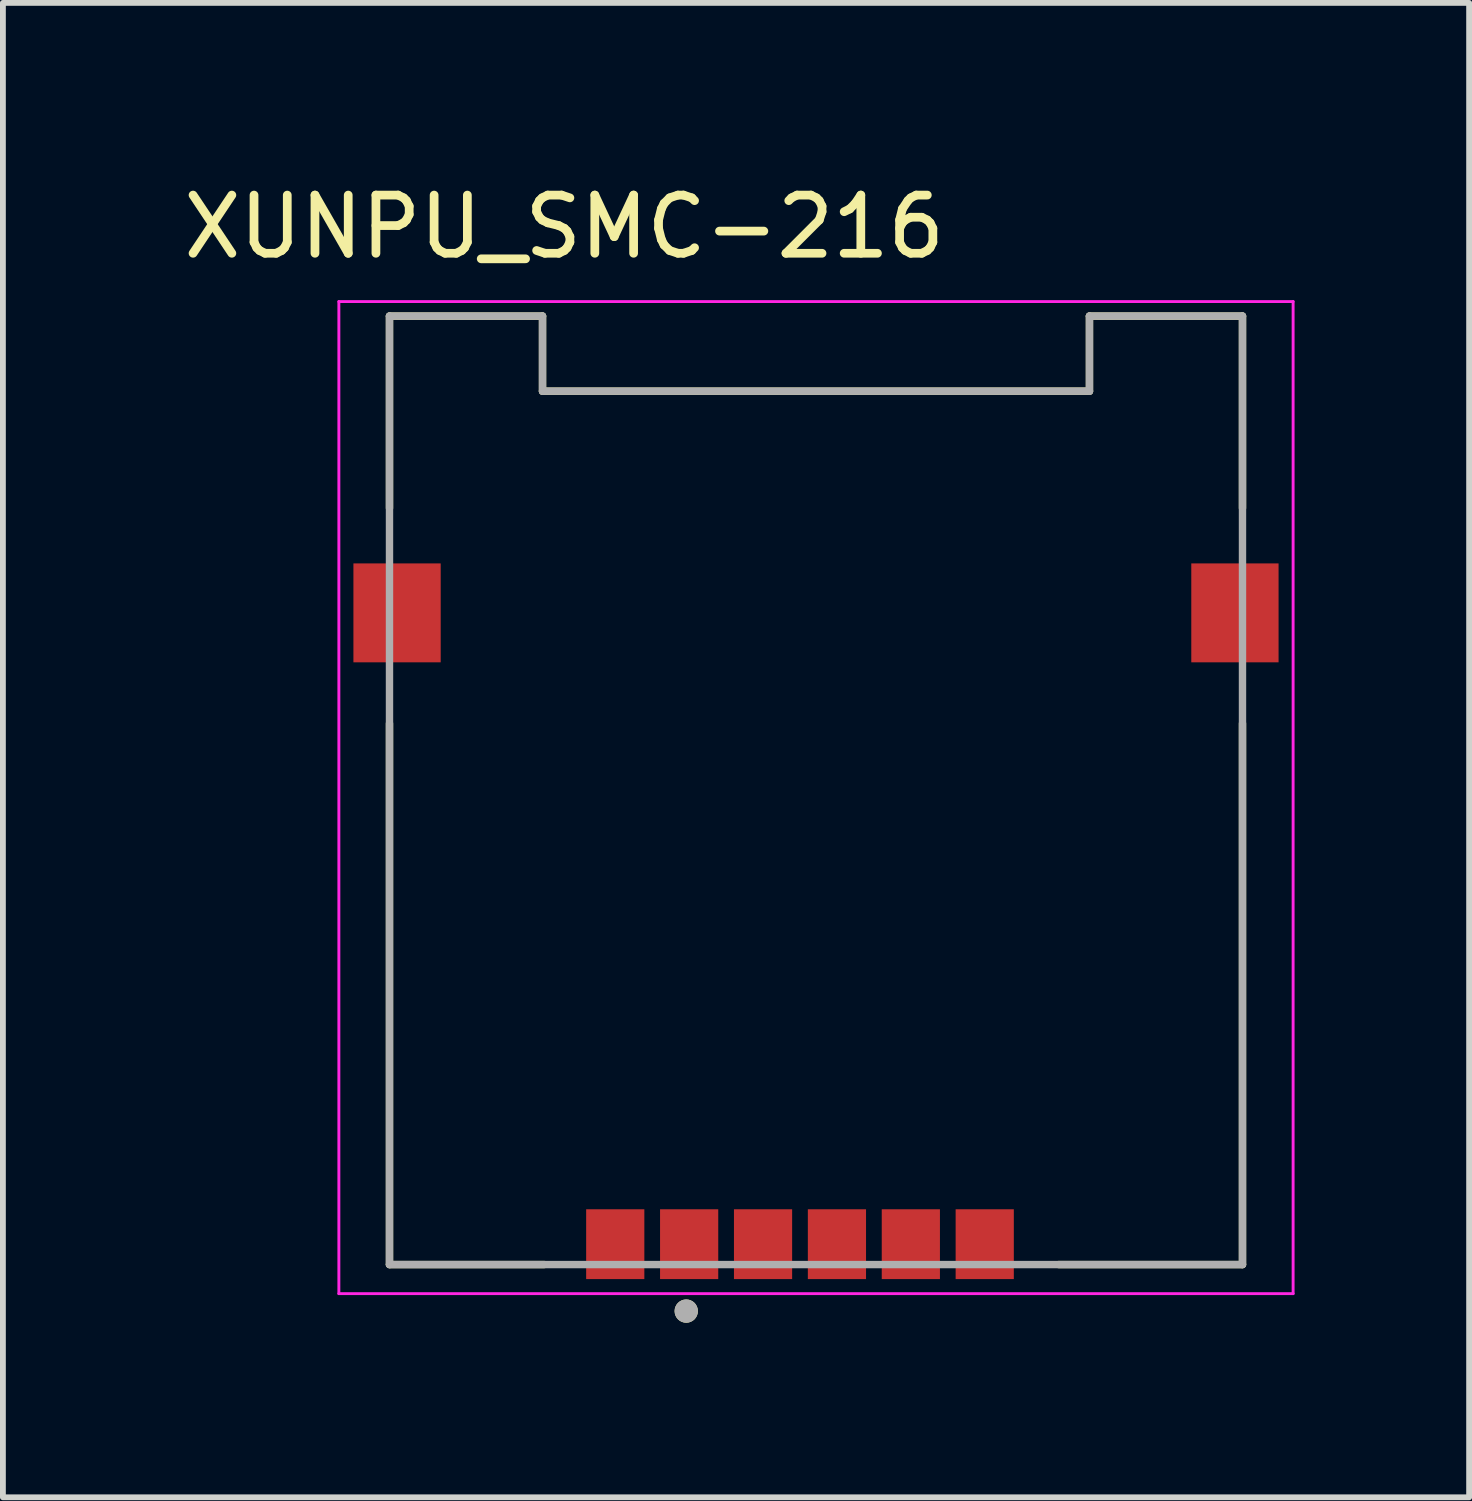
<source format=kicad_pcb>
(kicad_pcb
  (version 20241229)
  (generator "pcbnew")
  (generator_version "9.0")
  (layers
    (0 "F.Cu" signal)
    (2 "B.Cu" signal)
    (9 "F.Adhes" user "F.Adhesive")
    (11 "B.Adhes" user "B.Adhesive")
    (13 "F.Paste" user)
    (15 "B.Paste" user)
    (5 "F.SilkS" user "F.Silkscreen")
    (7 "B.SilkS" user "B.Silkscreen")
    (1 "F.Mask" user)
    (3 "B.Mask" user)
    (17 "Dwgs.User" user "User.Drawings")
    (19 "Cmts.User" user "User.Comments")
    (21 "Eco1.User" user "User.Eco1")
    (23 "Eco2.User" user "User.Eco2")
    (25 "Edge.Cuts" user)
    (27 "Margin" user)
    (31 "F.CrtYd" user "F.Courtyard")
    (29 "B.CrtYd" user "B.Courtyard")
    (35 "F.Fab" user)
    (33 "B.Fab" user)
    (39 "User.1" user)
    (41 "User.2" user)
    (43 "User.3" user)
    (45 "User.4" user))
  (footprint "XUNPU_SMC-216"
    (layer "F.Cu")
    (at 10.974 7.483)
    (property "Reference" "XUNPU_SMC-216" (at -4.325 -6.635 0) (layer "F.SilkS") (effects (font (size 1 1) (thickness 0.15))))
    (attr through_hole)
    (fp_line (start -7.33 -5.1) (end -7.33 -1.8) (stroke (width 0.127) (type solid)) (layer "F.SilkS"))
    (fp_line (start -7.33 1.9) (end -7.33 11.2) (stroke (width 0.127) (type solid)) (layer "F.SilkS"))
    (fp_line (start -7.33 11.2) (end -4.67 11.2) (stroke (width 0.127) (type solid)) (layer "F.SilkS"))
    (fp_line (start -4.7 -5.1) (end -7.33 -5.1) (stroke (width 0.127) (type solid)) (layer "F.SilkS"))
    (fp_line (start -4.7 -3.81) (end -4.7 -5.1) (stroke (width 0.127) (type solid)) (layer "F.SilkS"))
    (fp_line (start 4.17 11.2) (end 7.33 11.2) (stroke (width 0.127) (type solid)) (layer "F.SilkS"))
    (fp_line (start 4.7 -5.1) (end 4.7 -3.81) (stroke (width 0.127) (type solid)) (layer "F.SilkS"))
    (fp_line (start 4.7 -3.81) (end -4.7 -3.81) (stroke (width 0.127) (type solid)) (layer "F.SilkS"))
    (fp_line (start 7.33 -5.1) (end 4.7 -5.1) (stroke (width 0.127) (type solid)) (layer "F.SilkS"))
    (fp_line (start 7.33 -5.1) (end 7.33 -1.8) (stroke (width 0.127) (type solid)) (layer "F.SilkS"))
    (fp_line (start 7.33 1.9) (end 7.33 11.2) (stroke (width 0.127) (type solid)) (layer "F.SilkS"))
    (fp_circle (center -2.23 12) (end -2.13 12) (stroke (width 0.2) (type solid)) (fill no) (layer "F.SilkS"))
    (fp_line (start -8.2 -5.35) (end -8.2 11.7) (stroke (width 0.05) (type solid)) (layer "F.CrtYd"))
    (fp_line (start -8.2 11.7) (end 8.2 11.7) (stroke (width 0.05) (type solid)) (layer "F.CrtYd"))
    (fp_line (start 8.2 -5.35) (end -8.2 -5.35) (stroke (width 0.05) (type solid)) (layer "F.CrtYd"))
    (fp_line (start 8.2 11.7) (end 8.2 -5.35) (stroke (width 0.05) (type solid)) (layer "F.CrtYd"))
    (fp_line (start -7.33 -5.1) (end -7.33 11.2) (stroke (width 0.127) (type solid)) (layer "F.Fab"))
    (fp_line (start -7.33 11.2) (end 7.33 11.2) (stroke (width 0.127) (type solid)) (layer "F.Fab"))
    (fp_line (start -4.7 -5.1) (end -7.33 -5.1) (stroke (width 0.127) (type solid)) (layer "F.Fab"))
    (fp_line (start -4.7 -3.81) (end -4.7 -5.1) (stroke (width 0.127) (type solid)) (layer "F.Fab"))
    (fp_line (start 4.7 -5.1) (end 4.7 -3.81) (stroke (width 0.127) (type solid)) (layer "F.Fab"))
    (fp_line (start 4.7 -3.81) (end -4.7 -3.81) (stroke (width 0.127) (type solid)) (layer "F.Fab"))
    (fp_line (start 7.33 -5.1) (end 4.7 -5.1) (stroke (width 0.127) (type solid)) (layer "F.Fab"))
    (fp_line (start 7.33 11.2) (end 7.33 -5.1) (stroke (width 0.127) (type solid)) (layer "F.Fab"))
    (fp_circle (center -2.23 12) (end -2.13 12) (stroke (width 0.2) (type solid)) (fill no) (layer "F.Fab"))
    (pad "C1" smd rect (at -2.18 10.85 90) (size 1.2 1) (layers "F.Cu" "F.Mask" "F.Paste"))
    (pad "C2" smd rect (at -3.45 10.85 90) (size 1.2 1) (layers "F.Cu" "F.Mask" "F.Paste"))
    (pad "C3" smd rect (at 0.36 10.85 90) (size 1.2 1) (layers "F.Cu" "F.Mask" "F.Paste"))
    (pad "C4" smd rect (at -0.91 10.85 90) (size 1.2 1) (layers "F.Cu" "F.Mask" "F.Paste"))
    (pad "C5" smd rect (at 2.9 10.85 90) (size 1.2 1) (layers "F.Cu" "F.Mask" "F.Paste"))
    (pad "C6" smd rect (at 1.63 10.85 90) (size 1.2 1) (layers "F.Cu" "F.Mask" "F.Paste"))
    (pad "S1" smd rect (at -7.2 0 90) (size 1.7 1.5) (layers "F.Cu" "F.Mask" "F.Paste"))
    (pad "S2" smd rect (at 7.2 0 90) (size 1.7 1.5) (layers "F.Cu" "F.Mask" "F.Paste")))
  (gr_rect
    (start -3 -3)
    (end 22.199 22.683)
    (stroke (width 0.1) (type default))
    (fill no)
    (layer "Edge.Cuts")))
</source>
